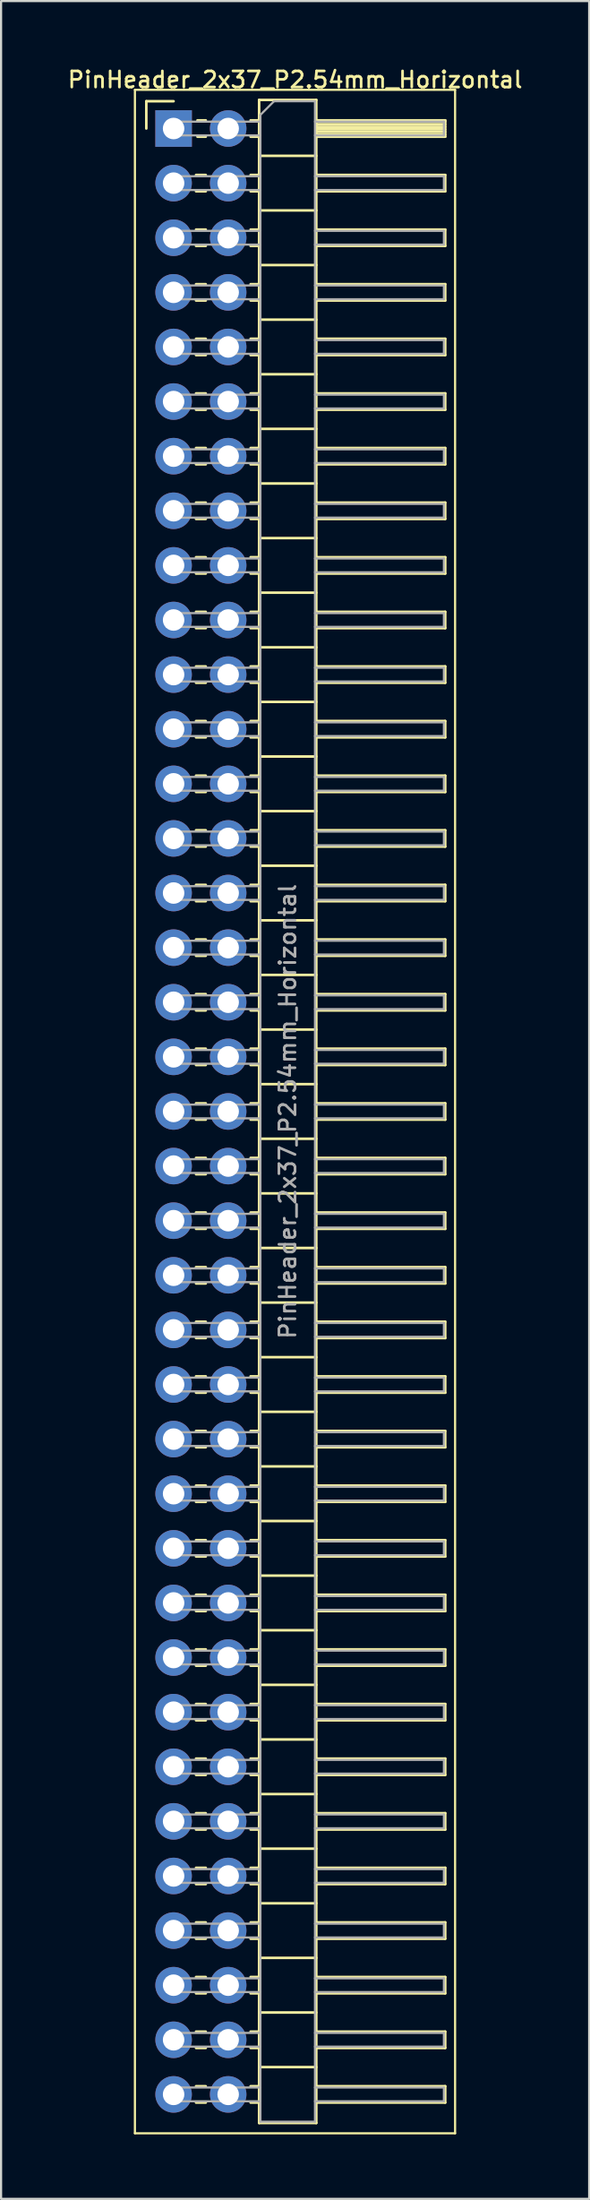
<source format=kicad_pcb>
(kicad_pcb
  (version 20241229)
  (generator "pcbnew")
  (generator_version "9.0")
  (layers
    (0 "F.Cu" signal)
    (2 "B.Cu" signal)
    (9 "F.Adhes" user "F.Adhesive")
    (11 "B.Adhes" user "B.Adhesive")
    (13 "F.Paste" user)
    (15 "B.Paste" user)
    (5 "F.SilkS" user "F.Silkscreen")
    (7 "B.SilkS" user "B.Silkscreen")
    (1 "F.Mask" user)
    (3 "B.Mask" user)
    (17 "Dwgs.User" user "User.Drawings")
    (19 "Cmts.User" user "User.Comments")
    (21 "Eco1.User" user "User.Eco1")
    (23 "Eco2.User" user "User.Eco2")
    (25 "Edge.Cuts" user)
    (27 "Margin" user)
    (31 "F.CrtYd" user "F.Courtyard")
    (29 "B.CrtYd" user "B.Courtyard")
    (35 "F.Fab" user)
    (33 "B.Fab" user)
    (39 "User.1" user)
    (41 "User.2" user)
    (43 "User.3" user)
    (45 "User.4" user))
  (footprint "PinHeader_2x37_P2.54mm_Horizontal"
    (layer "F.Cu")
    (at 5.029 2.928)
    (property "Reference" "PinHeader_2x37_P2.54mm_Horizontal" (at 5.655 -2.27 0) (layer "F.SilkS") (effects (font (size 0.75 0.75) (thickness 0.125))))
    (attr through_hole)
    (fp_line (start -1.8 -1.8) (end -1.8 93.25) (stroke (width 0.1) (type solid)) (layer "F.SilkS"))
    (fp_line (start -1.8 93.25) (end 13.1 93.25) (stroke (width 0.1) (type solid)) (layer "F.SilkS"))
    (fp_line (start -1.27 -1.27) (end 0 -1.27) (stroke (width 0.12) (type solid)) (layer "F.SilkS"))
    (fp_line (start -1.27 0) (end -1.27 -1.27) (stroke (width 0.12) (type solid)) (layer "F.SilkS"))
    (fp_line (start 1.043 2.16) (end 1.497 2.16) (stroke (width 0.12) (type solid)) (layer "F.SilkS"))
    (fp_line (start 1.043 2.92) (end 1.497 2.92) (stroke (width 0.12) (type solid)) (layer "F.SilkS"))
    (fp_line (start 1.043 4.7) (end 1.497 4.7) (stroke (width 0.12) (type solid)) (layer "F.SilkS"))
    (fp_line (start 1.043 5.46) (end 1.497 5.46) (stroke (width 0.12) (type solid)) (layer "F.SilkS"))
    (fp_line (start 1.043 7.24) (end 1.497 7.24) (stroke (width 0.12) (type solid)) (layer "F.SilkS"))
    (fp_line (start 1.043 8) (end 1.497 8) (stroke (width 0.12) (type solid)) (layer "F.SilkS"))
    (fp_line (start 1.043 9.78) (end 1.497 9.78) (stroke (width 0.12) (type solid)) (layer "F.SilkS"))
    (fp_line (start 1.043 10.54) (end 1.497 10.54) (stroke (width 0.12) (type solid)) (layer "F.SilkS"))
    (fp_line (start 1.043 12.32) (end 1.497 12.32) (stroke (width 0.12) (type solid)) (layer "F.SilkS"))
    (fp_line (start 1.043 13.08) (end 1.497 13.08) (stroke (width 0.12) (type solid)) (layer "F.SilkS"))
    (fp_line (start 1.043 14.86) (end 1.497 14.86) (stroke (width 0.12) (type solid)) (layer "F.SilkS"))
    (fp_line (start 1.043 15.62) (end 1.497 15.62) (stroke (width 0.12) (type solid)) (layer "F.SilkS"))
    (fp_line (start 1.043 17.4) (end 1.497 17.4) (stroke (width 0.12) (type solid)) (layer "F.SilkS"))
    (fp_line (start 1.043 18.16) (end 1.497 18.16) (stroke (width 0.12) (type solid)) (layer "F.SilkS"))
    (fp_line (start 1.043 19.94) (end 1.497 19.94) (stroke (width 0.12) (type solid)) (layer "F.SilkS"))
    (fp_line (start 1.043 20.7) (end 1.497 20.7) (stroke (width 0.12) (type solid)) (layer "F.SilkS"))
    (fp_line (start 1.043 22.48) (end 1.497 22.48) (stroke (width 0.12) (type solid)) (layer "F.SilkS"))
    (fp_line (start 1.043 23.24) (end 1.497 23.24) (stroke (width 0.12) (type solid)) (layer "F.SilkS"))
    (fp_line (start 1.043 25.02) (end 1.497 25.02) (stroke (width 0.12) (type solid)) (layer "F.SilkS"))
    (fp_line (start 1.043 25.78) (end 1.497 25.78) (stroke (width 0.12) (type solid)) (layer "F.SilkS"))
    (fp_line (start 1.043 27.56) (end 1.497 27.56) (stroke (width 0.12) (type solid)) (layer "F.SilkS"))
    (fp_line (start 1.043 28.32) (end 1.497 28.32) (stroke (width 0.12) (type solid)) (layer "F.SilkS"))
    (fp_line (start 1.043 30.1) (end 1.497 30.1) (stroke (width 0.12) (type solid)) (layer "F.SilkS"))
    (fp_line (start 1.043 30.86) (end 1.497 30.86) (stroke (width 0.12) (type solid)) (layer "F.SilkS"))
    (fp_line (start 1.043 32.64) (end 1.497 32.64) (stroke (width 0.12) (type solid)) (layer "F.SilkS"))
    (fp_line (start 1.043 33.4) (end 1.497 33.4) (stroke (width 0.12) (type solid)) (layer "F.SilkS"))
    (fp_line (start 1.043 35.18) (end 1.497 35.18) (stroke (width 0.12) (type solid)) (layer "F.SilkS"))
    (fp_line (start 1.043 35.94) (end 1.497 35.94) (stroke (width 0.12) (type solid)) (layer "F.SilkS"))
    (fp_line (start 1.043 37.72) (end 1.497 37.72) (stroke (width 0.12) (type solid)) (layer "F.SilkS"))
    (fp_line (start 1.043 38.48) (end 1.497 38.48) (stroke (width 0.12) (type solid)) (layer "F.SilkS"))
    (fp_line (start 1.043 40.26) (end 1.497 40.26) (stroke (width 0.12) (type solid)) (layer "F.SilkS"))
    (fp_line (start 1.043 41.02) (end 1.497 41.02) (stroke (width 0.12) (type solid)) (layer "F.SilkS"))
    (fp_line (start 1.043 42.8) (end 1.497 42.8) (stroke (width 0.12) (type solid)) (layer "F.SilkS"))
    (fp_line (start 1.043 43.56) (end 1.497 43.56) (stroke (width 0.12) (type solid)) (layer "F.SilkS"))
    (fp_line (start 1.043 45.34) (end 1.497 45.34) (stroke (width 0.12) (type solid)) (layer "F.SilkS"))
    (fp_line (start 1.043 46.1) (end 1.497 46.1) (stroke (width 0.12) (type solid)) (layer "F.SilkS"))
    (fp_line (start 1.043 47.88) (end 1.497 47.88) (stroke (width 0.12) (type solid)) (layer "F.SilkS"))
    (fp_line (start 1.043 48.64) (end 1.497 48.64) (stroke (width 0.12) (type solid)) (layer "F.SilkS"))
    (fp_line (start 1.043 50.42) (end 1.497 50.42) (stroke (width 0.12) (type solid)) (layer "F.SilkS"))
    (fp_line (start 1.043 51.18) (end 1.497 51.18) (stroke (width 0.12) (type solid)) (layer "F.SilkS"))
    (fp_line (start 1.043 52.96) (end 1.497 52.96) (stroke (width 0.12) (type solid)) (layer "F.SilkS"))
    (fp_line (start 1.043 53.72) (end 1.497 53.72) (stroke (width 0.12) (type solid)) (layer "F.SilkS"))
    (fp_line (start 1.043 55.5) (end 1.497 55.5) (stroke (width 0.12) (type solid)) (layer "F.SilkS"))
    (fp_line (start 1.043 56.26) (end 1.497 56.26) (stroke (width 0.12) (type solid)) (layer "F.SilkS"))
    (fp_line (start 1.043 58.04) (end 1.497 58.04) (stroke (width 0.12) (type solid)) (layer "F.SilkS"))
    (fp_line (start 1.043 58.8) (end 1.497 58.8) (stroke (width 0.12) (type solid)) (layer "F.SilkS"))
    (fp_line (start 1.043 60.58) (end 1.497 60.58) (stroke (width 0.12) (type solid)) (layer "F.SilkS"))
    (fp_line (start 1.043 61.34) (end 1.497 61.34) (stroke (width 0.12) (type solid)) (layer "F.SilkS"))
    (fp_line (start 1.043 63.12) (end 1.497 63.12) (stroke (width 0.12) (type solid)) (layer "F.SilkS"))
    (fp_line (start 1.043 63.88) (end 1.497 63.88) (stroke (width 0.12) (type solid)) (layer "F.SilkS"))
    (fp_line (start 1.043 65.66) (end 1.497 65.66) (stroke (width 0.12) (type solid)) (layer "F.SilkS"))
    (fp_line (start 1.043 66.42) (end 1.497 66.42) (stroke (width 0.12) (type solid)) (layer "F.SilkS"))
    (fp_line (start 1.043 68.2) (end 1.497 68.2) (stroke (width 0.12) (type solid)) (layer "F.SilkS"))
    (fp_line (start 1.043 68.96) (end 1.497 68.96) (stroke (width 0.12) (type solid)) (layer "F.SilkS"))
    (fp_line (start 1.043 70.74) (end 1.497 70.74) (stroke (width 0.12) (type solid)) (layer "F.SilkS"))
    (fp_line (start 1.043 71.5) (end 1.497 71.5) (stroke (width 0.12) (type solid)) (layer "F.SilkS"))
    (fp_line (start 1.043 73.28) (end 1.497 73.28) (stroke (width 0.12) (type solid)) (layer "F.SilkS"))
    (fp_line (start 1.043 74.04) (end 1.497 74.04) (stroke (width 0.12) (type solid)) (layer "F.SilkS"))
    (fp_line (start 1.043 75.82) (end 1.497 75.82) (stroke (width 0.12) (type solid)) (layer "F.SilkS"))
    (fp_line (start 1.043 76.58) (end 1.497 76.58) (stroke (width 0.12) (type solid)) (layer "F.SilkS"))
    (fp_line (start 1.043 78.36) (end 1.497 78.36) (stroke (width 0.12) (type solid)) (layer "F.SilkS"))
    (fp_line (start 1.043 79.12) (end 1.497 79.12) (stroke (width 0.12) (type solid)) (layer "F.SilkS"))
    (fp_line (start 1.043 80.9) (end 1.497 80.9) (stroke (width 0.12) (type solid)) (layer "F.SilkS"))
    (fp_line (start 1.043 81.66) (end 1.497 81.66) (stroke (width 0.12) (type solid)) (layer "F.SilkS"))
    (fp_line (start 1.043 83.44) (end 1.497 83.44) (stroke (width 0.12) (type solid)) (layer "F.SilkS"))
    (fp_line (start 1.043 84.2) (end 1.497 84.2) (stroke (width 0.12) (type solid)) (layer "F.SilkS"))
    (fp_line (start 1.043 85.98) (end 1.497 85.98) (stroke (width 0.12) (type solid)) (layer "F.SilkS"))
    (fp_line (start 1.043 86.74) (end 1.497 86.74) (stroke (width 0.12) (type solid)) (layer "F.SilkS"))
    (fp_line (start 1.043 88.52) (end 1.497 88.52) (stroke (width 0.12) (type solid)) (layer "F.SilkS"))
    (fp_line (start 1.043 89.28) (end 1.497 89.28) (stroke (width 0.12) (type solid)) (layer "F.SilkS"))
    (fp_line (start 1.043 91.06) (end 1.497 91.06) (stroke (width 0.12) (type solid)) (layer "F.SilkS"))
    (fp_line (start 1.043 91.82) (end 1.497 91.82) (stroke (width 0.12) (type solid)) (layer "F.SilkS"))
    (fp_line (start 1.11 -0.38) (end 1.497 -0.38) (stroke (width 0.12) (type solid)) (layer "F.SilkS"))
    (fp_line (start 1.11 0.38) (end 1.497 0.38) (stroke (width 0.12) (type solid)) (layer "F.SilkS"))
    (fp_line (start 3.583 -0.38) (end 3.98 -0.38) (stroke (width 0.12) (type solid)) (layer "F.SilkS"))
    (fp_line (start 3.583 0.38) (end 3.98 0.38) (stroke (width 0.12) (type solid)) (layer "F.SilkS"))
    (fp_line (start 3.583 2.16) (end 3.98 2.16) (stroke (width 0.12) (type solid)) (layer "F.SilkS"))
    (fp_line (start 3.583 2.92) (end 3.98 2.92) (stroke (width 0.12) (type solid)) (layer "F.SilkS"))
    (fp_line (start 3.583 4.7) (end 3.98 4.7) (stroke (width 0.12) (type solid)) (layer "F.SilkS"))
    (fp_line (start 3.583 5.46) (end 3.98 5.46) (stroke (width 0.12) (type solid)) (layer "F.SilkS"))
    (fp_line (start 3.583 7.24) (end 3.98 7.24) (stroke (width 0.12) (type solid)) (layer "F.SilkS"))
    (fp_line (start 3.583 8) (end 3.98 8) (stroke (width 0.12) (type solid)) (layer "F.SilkS"))
    (fp_line (start 3.583 9.78) (end 3.98 9.78) (stroke (width 0.12) (type solid)) (layer "F.SilkS"))
    (fp_line (start 3.583 10.54) (end 3.98 10.54) (stroke (width 0.12) (type solid)) (layer "F.SilkS"))
    (fp_line (start 3.583 12.32) (end 3.98 12.32) (stroke (width 0.12) (type solid)) (layer "F.SilkS"))
    (fp_line (start 3.583 13.08) (end 3.98 13.08) (stroke (width 0.12) (type solid)) (layer "F.SilkS"))
    (fp_line (start 3.583 14.86) (end 3.98 14.86) (stroke (width 0.12) (type solid)) (layer "F.SilkS"))
    (fp_line (start 3.583 15.62) (end 3.98 15.62) (stroke (width 0.12) (type solid)) (layer "F.SilkS"))
    (fp_line (start 3.583 17.4) (end 3.98 17.4) (stroke (width 0.12) (type solid)) (layer "F.SilkS"))
    (fp_line (start 3.583 18.16) (end 3.98 18.16) (stroke (width 0.12) (type solid)) (layer "F.SilkS"))
    (fp_line (start 3.583 19.94) (end 3.98 19.94) (stroke (width 0.12) (type solid)) (layer "F.SilkS"))
    (fp_line (start 3.583 20.7) (end 3.98 20.7) (stroke (width 0.12) (type solid)) (layer "F.SilkS"))
    (fp_line (start 3.583 22.48) (end 3.98 22.48) (stroke (width 0.12) (type solid)) (layer "F.SilkS"))
    (fp_line (start 3.583 23.24) (end 3.98 23.24) (stroke (width 0.12) (type solid)) (layer "F.SilkS"))
    (fp_line (start 3.583 25.02) (end 3.98 25.02) (stroke (width 0.12) (type solid)) (layer "F.SilkS"))
    (fp_line (start 3.583 25.78) (end 3.98 25.78) (stroke (width 0.12) (type solid)) (layer "F.SilkS"))
    (fp_line (start 3.583 27.56) (end 3.98 27.56) (stroke (width 0.12) (type solid)) (layer "F.SilkS"))
    (fp_line (start 3.583 28.32) (end 3.98 28.32) (stroke (width 0.12) (type solid)) (layer "F.SilkS"))
    (fp_line (start 3.583 30.1) (end 3.98 30.1) (stroke (width 0.12) (type solid)) (layer "F.SilkS"))
    (fp_line (start 3.583 30.86) (end 3.98 30.86) (stroke (width 0.12) (type solid)) (layer "F.SilkS"))
    (fp_line (start 3.583 32.64) (end 3.98 32.64) (stroke (width 0.12) (type solid)) (layer "F.SilkS"))
    (fp_line (start 3.583 33.4) (end 3.98 33.4) (stroke (width 0.12) (type solid)) (layer "F.SilkS"))
    (fp_line (start 3.583 35.18) (end 3.98 35.18) (stroke (width 0.12) (type solid)) (layer "F.SilkS"))
    (fp_line (start 3.583 35.94) (end 3.98 35.94) (stroke (width 0.12) (type solid)) (layer "F.SilkS"))
    (fp_line (start 3.583 37.72) (end 3.98 37.72) (stroke (width 0.12) (type solid)) (layer "F.SilkS"))
    (fp_line (start 3.583 38.48) (end 3.98 38.48) (stroke (width 0.12) (type solid)) (layer "F.SilkS"))
    (fp_line (start 3.583 40.26) (end 3.98 40.26) (stroke (width 0.12) (type solid)) (layer "F.SilkS"))
    (fp_line (start 3.583 41.02) (end 3.98 41.02) (stroke (width 0.12) (type solid)) (layer "F.SilkS"))
    (fp_line (start 3.583 42.8) (end 3.98 42.8) (stroke (width 0.12) (type solid)) (layer "F.SilkS"))
    (fp_line (start 3.583 43.56) (end 3.98 43.56) (stroke (width 0.12) (type solid)) (layer "F.SilkS"))
    (fp_line (start 3.583 45.34) (end 3.98 45.34) (stroke (width 0.12) (type solid)) (layer "F.SilkS"))
    (fp_line (start 3.583 46.1) (end 3.98 46.1) (stroke (width 0.12) (type solid)) (layer "F.SilkS"))
    (fp_line (start 3.583 47.88) (end 3.98 47.88) (stroke (width 0.12) (type solid)) (layer "F.SilkS"))
    (fp_line (start 3.583 48.64) (end 3.98 48.64) (stroke (width 0.12) (type solid)) (layer "F.SilkS"))
    (fp_line (start 3.583 50.42) (end 3.98 50.42) (stroke (width 0.12) (type solid)) (layer "F.SilkS"))
    (fp_line (start 3.583 51.18) (end 3.98 51.18) (stroke (width 0.12) (type solid)) (layer "F.SilkS"))
    (fp_line (start 3.583 52.96) (end 3.98 52.96) (stroke (width 0.12) (type solid)) (layer "F.SilkS"))
    (fp_line (start 3.583 53.72) (end 3.98 53.72) (stroke (width 0.12) (type solid)) (layer "F.SilkS"))
    (fp_line (start 3.583 55.5) (end 3.98 55.5) (stroke (width 0.12) (type solid)) (layer "F.SilkS"))
    (fp_line (start 3.583 56.26) (end 3.98 56.26) (stroke (width 0.12) (type solid)) (layer "F.SilkS"))
    (fp_line (start 3.583 58.04) (end 3.98 58.04) (stroke (width 0.12) (type solid)) (layer "F.SilkS"))
    (fp_line (start 3.583 58.8) (end 3.98 58.8) (stroke (width 0.12) (type solid)) (layer "F.SilkS"))
    (fp_line (start 3.583 60.58) (end 3.98 60.58) (stroke (width 0.12) (type solid)) (layer "F.SilkS"))
    (fp_line (start 3.583 61.34) (end 3.98 61.34) (stroke (width 0.12) (type solid)) (layer "F.SilkS"))
    (fp_line (start 3.583 63.12) (end 3.98 63.12) (stroke (width 0.12) (type solid)) (layer "F.SilkS"))
    (fp_line (start 3.583 63.88) (end 3.98 63.88) (stroke (width 0.12) (type solid)) (layer "F.SilkS"))
    (fp_line (start 3.583 65.66) (end 3.98 65.66) (stroke (width 0.12) (type solid)) (layer "F.SilkS"))
    (fp_line (start 3.583 66.42) (end 3.98 66.42) (stroke (width 0.12) (type solid)) (layer "F.SilkS"))
    (fp_line (start 3.583 68.2) (end 3.98 68.2) (stroke (width 0.12) (type solid)) (layer "F.SilkS"))
    (fp_line (start 3.583 68.96) (end 3.98 68.96) (stroke (width 0.12) (type solid)) (layer "F.SilkS"))
    (fp_line (start 3.583 70.74) (end 3.98 70.74) (stroke (width 0.12) (type solid)) (layer "F.SilkS"))
    (fp_line (start 3.583 71.5) (end 3.98 71.5) (stroke (width 0.12) (type solid)) (layer "F.SilkS"))
    (fp_line (start 3.583 73.28) (end 3.98 73.28) (stroke (width 0.12) (type solid)) (layer "F.SilkS"))
    (fp_line (start 3.583 74.04) (end 3.98 74.04) (stroke (width 0.12) (type solid)) (layer "F.SilkS"))
    (fp_line (start 3.583 75.82) (end 3.98 75.82) (stroke (width 0.12) (type solid)) (layer "F.SilkS"))
    (fp_line (start 3.583 76.58) (end 3.98 76.58) (stroke (width 0.12) (type solid)) (layer "F.SilkS"))
    (fp_line (start 3.583 78.36) (end 3.98 78.36) (stroke (width 0.12) (type solid)) (layer "F.SilkS"))
    (fp_line (start 3.583 79.12) (end 3.98 79.12) (stroke (width 0.12) (type solid)) (layer "F.SilkS"))
    (fp_line (start 3.583 80.9) (end 3.98 80.9) (stroke (width 0.12) (type solid)) (layer "F.SilkS"))
    (fp_line (start 3.583 81.66) (end 3.98 81.66) (stroke (width 0.12) (type solid)) (layer "F.SilkS"))
    (fp_line (start 3.583 83.44) (end 3.98 83.44) (stroke (width 0.12) (type solid)) (layer "F.SilkS"))
    (fp_line (start 3.583 84.2) (end 3.98 84.2) (stroke (width 0.12) (type solid)) (layer "F.SilkS"))
    (fp_line (start 3.583 85.98) (end 3.98 85.98) (stroke (width 0.12) (type solid)) (layer "F.SilkS"))
    (fp_line (start 3.583 86.74) (end 3.98 86.74) (stroke (width 0.12) (type solid)) (layer "F.SilkS"))
    (fp_line (start 3.583 88.52) (end 3.98 88.52) (stroke (width 0.12) (type solid)) (layer "F.SilkS"))
    (fp_line (start 3.583 89.28) (end 3.98 89.28) (stroke (width 0.12) (type solid)) (layer "F.SilkS"))
    (fp_line (start 3.583 91.06) (end 3.98 91.06) (stroke (width 0.12) (type solid)) (layer "F.SilkS"))
    (fp_line (start 3.583 91.82) (end 3.98 91.82) (stroke (width 0.12) (type solid)) (layer "F.SilkS"))
    (fp_line (start 3.98 -1.33) (end 3.98 92.77) (stroke (width 0.12) (type solid)) (layer "F.SilkS"))
    (fp_line (start 3.98 1.27) (end 6.64 1.27) (stroke (width 0.12) (type solid)) (layer "F.SilkS"))
    (fp_line (start 3.98 3.81) (end 6.64 3.81) (stroke (width 0.12) (type solid)) (layer "F.SilkS"))
    (fp_line (start 3.98 6.35) (end 6.64 6.35) (stroke (width 0.12) (type solid)) (layer "F.SilkS"))
    (fp_line (start 3.98 8.89) (end 6.64 8.89) (stroke (width 0.12) (type solid)) (layer "F.SilkS"))
    (fp_line (start 3.98 11.43) (end 6.64 11.43) (stroke (width 0.12) (type solid)) (layer "F.SilkS"))
    (fp_line (start 3.98 13.97) (end 6.64 13.97) (stroke (width 0.12) (type solid)) (layer "F.SilkS"))
    (fp_line (start 3.98 16.51) (end 6.64 16.51) (stroke (width 0.12) (type solid)) (layer "F.SilkS"))
    (fp_line (start 3.98 19.05) (end 6.64 19.05) (stroke (width 0.12) (type solid)) (layer "F.SilkS"))
    (fp_line (start 3.98 21.59) (end 6.64 21.59) (stroke (width 0.12) (type solid)) (layer "F.SilkS"))
    (fp_line (start 3.98 24.13) (end 6.64 24.13) (stroke (width 0.12) (type solid)) (layer "F.SilkS"))
    (fp_line (start 3.98 26.67) (end 6.64 26.67) (stroke (width 0.12) (type solid)) (layer "F.SilkS"))
    (fp_line (start 3.98 29.21) (end 6.64 29.21) (stroke (width 0.12) (type solid)) (layer "F.SilkS"))
    (fp_line (start 3.98 31.75) (end 6.64 31.75) (stroke (width 0.12) (type solid)) (layer "F.SilkS"))
    (fp_line (start 3.98 34.29) (end 6.64 34.29) (stroke (width 0.12) (type solid)) (layer "F.SilkS"))
    (fp_line (start 3.98 36.83) (end 6.64 36.83) (stroke (width 0.12) (type solid)) (layer "F.SilkS"))
    (fp_line (start 3.98 39.37) (end 6.64 39.37) (stroke (width 0.12) (type solid)) (layer "F.SilkS"))
    (fp_line (start 3.98 41.91) (end 6.64 41.91) (stroke (width 0.12) (type solid)) (layer "F.SilkS"))
    (fp_line (start 3.98 44.45) (end 6.64 44.45) (stroke (width 0.12) (type solid)) (layer "F.SilkS"))
    (fp_line (start 3.98 46.99) (end 6.64 46.99) (stroke (width 0.12) (type solid)) (layer "F.SilkS"))
    (fp_line (start 3.98 49.53) (end 6.64 49.53) (stroke (width 0.12) (type solid)) (layer "F.SilkS"))
    (fp_line (start 3.98 52.07) (end 6.64 52.07) (stroke (width 0.12) (type solid)) (layer "F.SilkS"))
    (fp_line (start 3.98 54.61) (end 6.64 54.61) (stroke (width 0.12) (type solid)) (layer "F.SilkS"))
    (fp_line (start 3.98 57.15) (end 6.64 57.15) (stroke (width 0.12) (type solid)) (layer "F.SilkS"))
    (fp_line (start 3.98 59.69) (end 6.64 59.69) (stroke (width 0.12) (type solid)) (layer "F.SilkS"))
    (fp_line (start 3.98 62.23) (end 6.64 62.23) (stroke (width 0.12) (type solid)) (layer "F.SilkS"))
    (fp_line (start 3.98 64.77) (end 6.64 64.77) (stroke (width 0.12) (type solid)) (layer "F.SilkS"))
    (fp_line (start 3.98 67.31) (end 6.64 67.31) (stroke (width 0.12) (type solid)) (layer "F.SilkS"))
    (fp_line (start 3.98 69.85) (end 6.64 69.85) (stroke (width 0.12) (type solid)) (layer "F.SilkS"))
    (fp_line (start 3.98 72.39) (end 6.64 72.39) (stroke (width 0.12) (type solid)) (layer "F.SilkS"))
    (fp_line (start 3.98 74.93) (end 6.64 74.93) (stroke (width 0.12) (type solid)) (layer "F.SilkS"))
    (fp_line (start 3.98 77.47) (end 6.64 77.47) (stroke (width 0.12) (type solid)) (layer "F.SilkS"))
    (fp_line (start 3.98 80.01) (end 6.64 80.01) (stroke (width 0.12) (type solid)) (layer "F.SilkS"))
    (fp_line (start 3.98 82.55) (end 6.64 82.55) (stroke (width 0.12) (type solid)) (layer "F.SilkS"))
    (fp_line (start 3.98 85.09) (end 6.64 85.09) (stroke (width 0.12) (type solid)) (layer "F.SilkS"))
    (fp_line (start 3.98 87.63) (end 6.64 87.63) (stroke (width 0.12) (type solid)) (layer "F.SilkS"))
    (fp_line (start 3.98 90.17) (end 6.64 90.17) (stroke (width 0.12) (type solid)) (layer "F.SilkS"))
    (fp_line (start 3.98 92.77) (end 6.64 92.77) (stroke (width 0.12) (type solid)) (layer "F.SilkS"))
    (fp_line (start 6.64 -1.33) (end 3.98 -1.33) (stroke (width 0.12) (type solid)) (layer "F.SilkS"))
    (fp_line (start 6.64 -0.38) (end 12.64 -0.38) (stroke (width 0.12) (type solid)) (layer "F.SilkS"))
    (fp_line (start 6.64 -0.32) (end 12.64 -0.32) (stroke (width 0.12) (type solid)) (layer "F.SilkS"))
    (fp_line (start 6.64 -0.2) (end 12.64 -0.2) (stroke (width 0.12) (type solid)) (layer "F.SilkS"))
    (fp_line (start 6.64 -0.08) (end 12.64 -0.08) (stroke (width 0.12) (type solid)) (layer "F.SilkS"))
    (fp_line (start 6.64 0.04) (end 12.64 0.04) (stroke (width 0.12) (type solid)) (layer "F.SilkS"))
    (fp_line (start 6.64 0.16) (end 12.64 0.16) (stroke (width 0.12) (type solid)) (layer "F.SilkS"))
    (fp_line (start 6.64 0.28) (end 12.64 0.28) (stroke (width 0.12) (type solid)) (layer "F.SilkS"))
    (fp_line (start 6.64 2.16) (end 12.64 2.16) (stroke (width 0.12) (type solid)) (layer "F.SilkS"))
    (fp_line (start 6.64 4.7) (end 12.64 4.7) (stroke (width 0.12) (type solid)) (layer "F.SilkS"))
    (fp_line (start 6.64 7.24) (end 12.64 7.24) (stroke (width 0.12) (type solid)) (layer "F.SilkS"))
    (fp_line (start 6.64 9.78) (end 12.64 9.78) (stroke (width 0.12) (type solid)) (layer "F.SilkS"))
    (fp_line (start 6.64 12.32) (end 12.64 12.32) (stroke (width 0.12) (type solid)) (layer "F.SilkS"))
    (fp_line (start 6.64 14.86) (end 12.64 14.86) (stroke (width 0.12) (type solid)) (layer "F.SilkS"))
    (fp_line (start 6.64 17.4) (end 12.64 17.4) (stroke (width 0.12) (type solid)) (layer "F.SilkS"))
    (fp_line (start 6.64 19.94) (end 12.64 19.94) (stroke (width 0.12) (type solid)) (layer "F.SilkS"))
    (fp_line (start 6.64 22.48) (end 12.64 22.48) (stroke (width 0.12) (type solid)) (layer "F.SilkS"))
    (fp_line (start 6.64 25.02) (end 12.64 25.02) (stroke (width 0.12) (type solid)) (layer "F.SilkS"))
    (fp_line (start 6.64 27.56) (end 12.64 27.56) (stroke (width 0.12) (type solid)) (layer "F.SilkS"))
    (fp_line (start 6.64 30.1) (end 12.64 30.1) (stroke (width 0.12) (type solid)) (layer "F.SilkS"))
    (fp_line (start 6.64 32.64) (end 12.64 32.64) (stroke (width 0.12) (type solid)) (layer "F.SilkS"))
    (fp_line (start 6.64 35.18) (end 12.64 35.18) (stroke (width 0.12) (type solid)) (layer "F.SilkS"))
    (fp_line (start 6.64 37.72) (end 12.64 37.72) (stroke (width 0.12) (type solid)) (layer "F.SilkS"))
    (fp_line (start 6.64 40.26) (end 12.64 40.26) (stroke (width 0.12) (type solid)) (layer "F.SilkS"))
    (fp_line (start 6.64 42.8) (end 12.64 42.8) (stroke (width 0.12) (type solid)) (layer "F.SilkS"))
    (fp_line (start 6.64 45.34) (end 12.64 45.34) (stroke (width 0.12) (type solid)) (layer "F.SilkS"))
    (fp_line (start 6.64 47.88) (end 12.64 47.88) (stroke (width 0.12) (type solid)) (layer "F.SilkS"))
    (fp_line (start 6.64 50.42) (end 12.64 50.42) (stroke (width 0.12) (type solid)) (layer "F.SilkS"))
    (fp_line (start 6.64 52.96) (end 12.64 52.96) (stroke (width 0.12) (type solid)) (layer "F.SilkS"))
    (fp_line (start 6.64 55.5) (end 12.64 55.5) (stroke (width 0.12) (type solid)) (layer "F.SilkS"))
    (fp_line (start 6.64 58.04) (end 12.64 58.04) (stroke (width 0.12) (type solid)) (layer "F.SilkS"))
    (fp_line (start 6.64 60.58) (end 12.64 60.58) (stroke (width 0.12) (type solid)) (layer "F.SilkS"))
    (fp_line (start 6.64 63.12) (end 12.64 63.12) (stroke (width 0.12) (type solid)) (layer "F.SilkS"))
    (fp_line (start 6.64 65.66) (end 12.64 65.66) (stroke (width 0.12) (type solid)) (layer "F.SilkS"))
    (fp_line (start 6.64 68.2) (end 12.64 68.2) (stroke (width 0.12) (type solid)) (layer "F.SilkS"))
    (fp_line (start 6.64 70.74) (end 12.64 70.74) (stroke (width 0.12) (type solid)) (layer "F.SilkS"))
    (fp_line (start 6.64 73.28) (end 12.64 73.28) (stroke (width 0.12) (type solid)) (layer "F.SilkS"))
    (fp_line (start 6.64 75.82) (end 12.64 75.82) (stroke (width 0.12) (type solid)) (layer "F.SilkS"))
    (fp_line (start 6.64 78.36) (end 12.64 78.36) (stroke (width 0.12) (type solid)) (layer "F.SilkS"))
    (fp_line (start 6.64 80.9) (end 12.64 80.9) (stroke (width 0.12) (type solid)) (layer "F.SilkS"))
    (fp_line (start 6.64 83.44) (end 12.64 83.44) (stroke (width 0.12) (type solid)) (layer "F.SilkS"))
    (fp_line (start 6.64 85.98) (end 12.64 85.98) (stroke (width 0.12) (type solid)) (layer "F.SilkS"))
    (fp_line (start 6.64 88.52) (end 12.64 88.52) (stroke (width 0.12) (type solid)) (layer "F.SilkS"))
    (fp_line (start 6.64 91.06) (end 12.64 91.06) (stroke (width 0.12) (type solid)) (layer "F.SilkS"))
    (fp_line (start 6.64 92.77) (end 6.64 -1.33) (stroke (width 0.12) (type solid)) (layer "F.SilkS"))
    (fp_line (start 12.64 -0.38) (end 12.64 0.38) (stroke (width 0.12) (type solid)) (layer "F.SilkS"))
    (fp_line (start 12.64 0.38) (end 6.64 0.38) (stroke (width 0.12) (type solid)) (layer "F.SilkS"))
    (fp_line (start 12.64 2.16) (end 12.64 2.92) (stroke (width 0.12) (type solid)) (layer "F.SilkS"))
    (fp_line (start 12.64 2.92) (end 6.64 2.92) (stroke (width 0.12) (type solid)) (layer "F.SilkS"))
    (fp_line (start 12.64 4.7) (end 12.64 5.46) (stroke (width 0.12) (type solid)) (layer "F.SilkS"))
    (fp_line (start 12.64 5.46) (end 6.64 5.46) (stroke (width 0.12) (type solid)) (layer "F.SilkS"))
    (fp_line (start 12.64 7.24) (end 12.64 8) (stroke (width 0.12) (type solid)) (layer "F.SilkS"))
    (fp_line (start 12.64 8) (end 6.64 8) (stroke (width 0.12) (type solid)) (layer "F.SilkS"))
    (fp_line (start 12.64 9.78) (end 12.64 10.54) (stroke (width 0.12) (type solid)) (layer "F.SilkS"))
    (fp_line (start 12.64 10.54) (end 6.64 10.54) (stroke (width 0.12) (type solid)) (layer "F.SilkS"))
    (fp_line (start 12.64 12.32) (end 12.64 13.08) (stroke (width 0.12) (type solid)) (layer "F.SilkS"))
    (fp_line (start 12.64 13.08) (end 6.64 13.08) (stroke (width 0.12) (type solid)) (layer "F.SilkS"))
    (fp_line (start 12.64 14.86) (end 12.64 15.62) (stroke (width 0.12) (type solid)) (layer "F.SilkS"))
    (fp_line (start 12.64 15.62) (end 6.64 15.62) (stroke (width 0.12) (type solid)) (layer "F.SilkS"))
    (fp_line (start 12.64 17.4) (end 12.64 18.16) (stroke (width 0.12) (type solid)) (layer "F.SilkS"))
    (fp_line (start 12.64 18.16) (end 6.64 18.16) (stroke (width 0.12) (type solid)) (layer "F.SilkS"))
    (fp_line (start 12.64 19.94) (end 12.64 20.7) (stroke (width 0.12) (type solid)) (layer "F.SilkS"))
    (fp_line (start 12.64 20.7) (end 6.64 20.7) (stroke (width 0.12) (type solid)) (layer "F.SilkS"))
    (fp_line (start 12.64 22.48) (end 12.64 23.24) (stroke (width 0.12) (type solid)) (layer "F.SilkS"))
    (fp_line (start 12.64 23.24) (end 6.64 23.24) (stroke (width 0.12) (type solid)) (layer "F.SilkS"))
    (fp_line (start 12.64 25.02) (end 12.64 25.78) (stroke (width 0.12) (type solid)) (layer "F.SilkS"))
    (fp_line (start 12.64 25.78) (end 6.64 25.78) (stroke (width 0.12) (type solid)) (layer "F.SilkS"))
    (fp_line (start 12.64 27.56) (end 12.64 28.32) (stroke (width 0.12) (type solid)) (layer "F.SilkS"))
    (fp_line (start 12.64 28.32) (end 6.64 28.32) (stroke (width 0.12) (type solid)) (layer "F.SilkS"))
    (fp_line (start 12.64 30.1) (end 12.64 30.86) (stroke (width 0.12) (type solid)) (layer "F.SilkS"))
    (fp_line (start 12.64 30.86) (end 6.64 30.86) (stroke (width 0.12) (type solid)) (layer "F.SilkS"))
    (fp_line (start 12.64 32.64) (end 12.64 33.4) (stroke (width 0.12) (type solid)) (layer "F.SilkS"))
    (fp_line (start 12.64 33.4) (end 6.64 33.4) (stroke (width 0.12) (type solid)) (layer "F.SilkS"))
    (fp_line (start 12.64 35.18) (end 12.64 35.94) (stroke (width 0.12) (type solid)) (layer "F.SilkS"))
    (fp_line (start 12.64 35.94) (end 6.64 35.94) (stroke (width 0.12) (type solid)) (layer "F.SilkS"))
    (fp_line (start 12.64 37.72) (end 12.64 38.48) (stroke (width 0.12) (type solid)) (layer "F.SilkS"))
    (fp_line (start 12.64 38.48) (end 6.64 38.48) (stroke (width 0.12) (type solid)) (layer "F.SilkS"))
    (fp_line (start 12.64 40.26) (end 12.64 41.02) (stroke (width 0.12) (type solid)) (layer "F.SilkS"))
    (fp_line (start 12.64 41.02) (end 6.64 41.02) (stroke (width 0.12) (type solid)) (layer "F.SilkS"))
    (fp_line (start 12.64 42.8) (end 12.64 43.56) (stroke (width 0.12) (type solid)) (layer "F.SilkS"))
    (fp_line (start 12.64 43.56) (end 6.64 43.56) (stroke (width 0.12) (type solid)) (layer "F.SilkS"))
    (fp_line (start 12.64 45.34) (end 12.64 46.1) (stroke (width 0.12) (type solid)) (layer "F.SilkS"))
    (fp_line (start 12.64 46.1) (end 6.64 46.1) (stroke (width 0.12) (type solid)) (layer "F.SilkS"))
    (fp_line (start 12.64 47.88) (end 12.64 48.64) (stroke (width 0.12) (type solid)) (layer "F.SilkS"))
    (fp_line (start 12.64 48.64) (end 6.64 48.64) (stroke (width 0.12) (type solid)) (layer "F.SilkS"))
    (fp_line (start 12.64 50.42) (end 12.64 51.18) (stroke (width 0.12) (type solid)) (layer "F.SilkS"))
    (fp_line (start 12.64 51.18) (end 6.64 51.18) (stroke (width 0.12) (type solid)) (layer "F.SilkS"))
    (fp_line (start 12.64 52.96) (end 12.64 53.72) (stroke (width 0.12) (type solid)) (layer "F.SilkS"))
    (fp_line (start 12.64 53.72) (end 6.64 53.72) (stroke (width 0.12) (type solid)) (layer "F.SilkS"))
    (fp_line (start 12.64 55.5) (end 12.64 56.26) (stroke (width 0.12) (type solid)) (layer "F.SilkS"))
    (fp_line (start 12.64 56.26) (end 6.64 56.26) (stroke (width 0.12) (type solid)) (layer "F.SilkS"))
    (fp_line (start 12.64 58.04) (end 12.64 58.8) (stroke (width 0.12) (type solid)) (layer "F.SilkS"))
    (fp_line (start 12.64 58.8) (end 6.64 58.8) (stroke (width 0.12) (type solid)) (layer "F.SilkS"))
    (fp_line (start 12.64 60.58) (end 12.64 61.34) (stroke (width 0.12) (type solid)) (layer "F.SilkS"))
    (fp_line (start 12.64 61.34) (end 6.64 61.34) (stroke (width 0.12) (type solid)) (layer "F.SilkS"))
    (fp_line (start 12.64 63.12) (end 12.64 63.88) (stroke (width 0.12) (type solid)) (layer "F.SilkS"))
    (fp_line (start 12.64 63.88) (end 6.64 63.88) (stroke (width 0.12) (type solid)) (layer "F.SilkS"))
    (fp_line (start 12.64 65.66) (end 12.64 66.42) (stroke (width 0.12) (type solid)) (layer "F.SilkS"))
    (fp_line (start 12.64 66.42) (end 6.64 66.42) (stroke (width 0.12) (type solid)) (layer "F.SilkS"))
    (fp_line (start 12.64 68.2) (end 12.64 68.96) (stroke (width 0.12) (type solid)) (layer "F.SilkS"))
    (fp_line (start 12.64 68.96) (end 6.64 68.96) (stroke (width 0.12) (type solid)) (layer "F.SilkS"))
    (fp_line (start 12.64 70.74) (end 12.64 71.5) (stroke (width 0.12) (type solid)) (layer "F.SilkS"))
    (fp_line (start 12.64 71.5) (end 6.64 71.5) (stroke (width 0.12) (type solid)) (layer "F.SilkS"))
    (fp_line (start 12.64 73.28) (end 12.64 74.04) (stroke (width 0.12) (type solid)) (layer "F.SilkS"))
    (fp_line (start 12.64 74.04) (end 6.64 74.04) (stroke (width 0.12) (type solid)) (layer "F.SilkS"))
    (fp_line (start 12.64 75.82) (end 12.64 76.58) (stroke (width 0.12) (type solid)) (layer "F.SilkS"))
    (fp_line (start 12.64 76.58) (end 6.64 76.58) (stroke (width 0.12) (type solid)) (layer "F.SilkS"))
    (fp_line (start 12.64 78.36) (end 12.64 79.12) (stroke (width 0.12) (type solid)) (layer "F.SilkS"))
    (fp_line (start 12.64 79.12) (end 6.64 79.12) (stroke (width 0.12) (type solid)) (layer "F.SilkS"))
    (fp_line (start 12.64 80.9) (end 12.64 81.66) (stroke (width 0.12) (type solid)) (layer "F.SilkS"))
    (fp_line (start 12.64 81.66) (end 6.64 81.66) (stroke (width 0.12) (type solid)) (layer "F.SilkS"))
    (fp_line (start 12.64 83.44) (end 12.64 84.2) (stroke (width 0.12) (type solid)) (layer "F.SilkS"))
    (fp_line (start 12.64 84.2) (end 6.64 84.2) (stroke (width 0.12) (type solid)) (layer "F.SilkS"))
    (fp_line (start 12.64 85.98) (end 12.64 86.74) (stroke (width 0.12) (type solid)) (layer "F.SilkS"))
    (fp_line (start 12.64 86.74) (end 6.64 86.74) (stroke (width 0.12) (type solid)) (layer "F.SilkS"))
    (fp_line (start 12.64 88.52) (end 12.64 89.28) (stroke (width 0.12) (type solid)) (layer "F.SilkS"))
    (fp_line (start 12.64 89.28) (end 6.64 89.28) (stroke (width 0.12) (type solid)) (layer "F.SilkS"))
    (fp_line (start 12.64 91.06) (end 12.64 91.82) (stroke (width 0.12) (type solid)) (layer "F.SilkS"))
    (fp_line (start 12.64 91.82) (end 6.64 91.82) (stroke (width 0.12) (type solid)) (layer "F.SilkS"))
    (fp_line (start 13.1 -1.8) (end -1.8 -1.8) (stroke (width 0.1) (type solid)) (layer "F.SilkS"))
    (fp_line (start 13.1 93.25) (end 13.1 -1.8) (stroke (width 0.1) (type solid)) (layer "F.SilkS"))
    (fp_line (start -0.32 -0.32) (end -0.32 0.32) (stroke (width 0.1) (type solid)) (layer "F.Fab"))
    (fp_line (start -0.32 -0.32) (end 4.04 -0.32) (stroke (width 0.1) (type solid)) (layer "F.Fab"))
    (fp_line (start -0.32 0.32) (end 4.04 0.32) (stroke (width 0.1) (type solid)) (layer "F.Fab"))
    (fp_line (start -0.32 2.22) (end -0.32 2.86) (stroke (width 0.1) (type solid)) (layer "F.Fab"))
    (fp_line (start -0.32 2.22) (end 4.04 2.22) (stroke (width 0.1) (type solid)) (layer "F.Fab"))
    (fp_line (start -0.32 2.86) (end 4.04 2.86) (stroke (width 0.1) (type solid)) (layer "F.Fab"))
    (fp_line (start -0.32 4.76) (end -0.32 5.4) (stroke (width 0.1) (type solid)) (layer "F.Fab"))
    (fp_line (start -0.32 4.76) (end 4.04 4.76) (stroke (width 0.1) (type solid)) (layer "F.Fab"))
    (fp_line (start -0.32 5.4) (end 4.04 5.4) (stroke (width 0.1) (type solid)) (layer "F.Fab"))
    (fp_line (start -0.32 7.3) (end -0.32 7.94) (stroke (width 0.1) (type solid)) (layer "F.Fab"))
    (fp_line (start -0.32 7.3) (end 4.04 7.3) (stroke (width 0.1) (type solid)) (layer "F.Fab"))
    (fp_line (start -0.32 7.94) (end 4.04 7.94) (stroke (width 0.1) (type solid)) (layer "F.Fab"))
    (fp_line (start -0.32 9.84) (end -0.32 10.48) (stroke (width 0.1) (type solid)) (layer "F.Fab"))
    (fp_line (start -0.32 9.84) (end 4.04 9.84) (stroke (width 0.1) (type solid)) (layer "F.Fab"))
    (fp_line (start -0.32 10.48) (end 4.04 10.48) (stroke (width 0.1) (type solid)) (layer "F.Fab"))
    (fp_line (start -0.32 12.38) (end -0.32 13.02) (stroke (width 0.1) (type solid)) (layer "F.Fab"))
    (fp_line (start -0.32 12.38) (end 4.04 12.38) (stroke (width 0.1) (type solid)) (layer "F.Fab"))
    (fp_line (start -0.32 13.02) (end 4.04 13.02) (stroke (width 0.1) (type solid)) (layer "F.Fab"))
    (fp_line (start -0.32 14.92) (end -0.32 15.56) (stroke (width 0.1) (type solid)) (layer "F.Fab"))
    (fp_line (start -0.32 14.92) (end 4.04 14.92) (stroke (width 0.1) (type solid)) (layer "F.Fab"))
    (fp_line (start -0.32 15.56) (end 4.04 15.56) (stroke (width 0.1) (type solid)) (layer "F.Fab"))
    (fp_line (start -0.32 17.46) (end -0.32 18.1) (stroke (width 0.1) (type solid)) (layer "F.Fab"))
    (fp_line (start -0.32 17.46) (end 4.04 17.46) (stroke (width 0.1) (type solid)) (layer "F.Fab"))
    (fp_line (start -0.32 18.1) (end 4.04 18.1) (stroke (width 0.1) (type solid)) (layer "F.Fab"))
    (fp_line (start -0.32 20) (end -0.32 20.64) (stroke (width 0.1) (type solid)) (layer "F.Fab"))
    (fp_line (start -0.32 20) (end 4.04 20) (stroke (width 0.1) (type solid)) (layer "F.Fab"))
    (fp_line (start -0.32 20.64) (end 4.04 20.64) (stroke (width 0.1) (type solid)) (layer "F.Fab"))
    (fp_line (start -0.32 22.54) (end -0.32 23.18) (stroke (width 0.1) (type solid)) (layer "F.Fab"))
    (fp_line (start -0.32 22.54) (end 4.04 22.54) (stroke (width 0.1) (type solid)) (layer "F.Fab"))
    (fp_line (start -0.32 23.18) (end 4.04 23.18) (stroke (width 0.1) (type solid)) (layer "F.Fab"))
    (fp_line (start -0.32 25.08) (end -0.32 25.72) (stroke (width 0.1) (type solid)) (layer "F.Fab"))
    (fp_line (start -0.32 25.08) (end 4.04 25.08) (stroke (width 0.1) (type solid)) (layer "F.Fab"))
    (fp_line (start -0.32 25.72) (end 4.04 25.72) (stroke (width 0.1) (type solid)) (layer "F.Fab"))
    (fp_line (start -0.32 27.62) (end -0.32 28.26) (stroke (width 0.1) (type solid)) (layer "F.Fab"))
    (fp_line (start -0.32 27.62) (end 4.04 27.62) (stroke (width 0.1) (type solid)) (layer "F.Fab"))
    (fp_line (start -0.32 28.26) (end 4.04 28.26) (stroke (width 0.1) (type solid)) (layer "F.Fab"))
    (fp_line (start -0.32 30.16) (end -0.32 30.8) (stroke (width 0.1) (type solid)) (layer "F.Fab"))
    (fp_line (start -0.32 30.16) (end 4.04 30.16) (stroke (width 0.1) (type solid)) (layer "F.Fab"))
    (fp_line (start -0.32 30.8) (end 4.04 30.8) (stroke (width 0.1) (type solid)) (layer "F.Fab"))
    (fp_line (start -0.32 32.7) (end -0.32 33.34) (stroke (width 0.1) (type solid)) (layer "F.Fab"))
    (fp_line (start -0.32 32.7) (end 4.04 32.7) (stroke (width 0.1) (type solid)) (layer "F.Fab"))
    (fp_line (start -0.32 33.34) (end 4.04 33.34) (stroke (width 0.1) (type solid)) (layer "F.Fab"))
    (fp_line (start -0.32 35.24) (end -0.32 35.88) (stroke (width 0.1) (type solid)) (layer "F.Fab"))
    (fp_line (start -0.32 35.24) (end 4.04 35.24) (stroke (width 0.1) (type solid)) (layer "F.Fab"))
    (fp_line (start -0.32 35.88) (end 4.04 35.88) (stroke (width 0.1) (type solid)) (layer "F.Fab"))
    (fp_line (start -0.32 37.78) (end -0.32 38.42) (stroke (width 0.1) (type solid)) (layer "F.Fab"))
    (fp_line (start -0.32 37.78) (end 4.04 37.78) (stroke (width 0.1) (type solid)) (layer "F.Fab"))
    (fp_line (start -0.32 38.42) (end 4.04 38.42) (stroke (width 0.1) (type solid)) (layer "F.Fab"))
    (fp_line (start -0.32 40.32) (end -0.32 40.96) (stroke (width 0.1) (type solid)) (layer "F.Fab"))
    (fp_line (start -0.32 40.32) (end 4.04 40.32) (stroke (width 0.1) (type solid)) (layer "F.Fab"))
    (fp_line (start -0.32 40.96) (end 4.04 40.96) (stroke (width 0.1) (type solid)) (layer "F.Fab"))
    (fp_line (start -0.32 42.86) (end -0.32 43.5) (stroke (width 0.1) (type solid)) (layer "F.Fab"))
    (fp_line (start -0.32 42.86) (end 4.04 42.86) (stroke (width 0.1) (type solid)) (layer "F.Fab"))
    (fp_line (start -0.32 43.5) (end 4.04 43.5) (stroke (width 0.1) (type solid)) (layer "F.Fab"))
    (fp_line (start -0.32 45.4) (end -0.32 46.04) (stroke (width 0.1) (type solid)) (layer "F.Fab"))
    (fp_line (start -0.32 45.4) (end 4.04 45.4) (stroke (width 0.1) (type solid)) (layer "F.Fab"))
    (fp_line (start -0.32 46.04) (end 4.04 46.04) (stroke (width 0.1) (type solid)) (layer "F.Fab"))
    (fp_line (start -0.32 47.94) (end -0.32 48.58) (stroke (width 0.1) (type solid)) (layer "F.Fab"))
    (fp_line (start -0.32 47.94) (end 4.04 47.94) (stroke (width 0.1) (type solid)) (layer "F.Fab"))
    (fp_line (start -0.32 48.58) (end 4.04 48.58) (stroke (width 0.1) (type solid)) (layer "F.Fab"))
    (fp_line (start -0.32 50.48) (end -0.32 51.12) (stroke (width 0.1) (type solid)) (layer "F.Fab"))
    (fp_line (start -0.32 50.48) (end 4.04 50.48) (stroke (width 0.1) (type solid)) (layer "F.Fab"))
    (fp_line (start -0.32 51.12) (end 4.04 51.12) (stroke (width 0.1) (type solid)) (layer "F.Fab"))
    (fp_line (start -0.32 53.02) (end -0.32 53.66) (stroke (width 0.1) (type solid)) (layer "F.Fab"))
    (fp_line (start -0.32 53.02) (end 4.04 53.02) (stroke (width 0.1) (type solid)) (layer "F.Fab"))
    (fp_line (start -0.32 53.66) (end 4.04 53.66) (stroke (width 0.1) (type solid)) (layer "F.Fab"))
    (fp_line (start -0.32 55.56) (end -0.32 56.2) (stroke (width 0.1) (type solid)) (layer "F.Fab"))
    (fp_line (start -0.32 55.56) (end 4.04 55.56) (stroke (width 0.1) (type solid)) (layer "F.Fab"))
    (fp_line (start -0.32 56.2) (end 4.04 56.2) (stroke (width 0.1) (type solid)) (layer "F.Fab"))
    (fp_line (start -0.32 58.1) (end -0.32 58.74) (stroke (width 0.1) (type solid)) (layer "F.Fab"))
    (fp_line (start -0.32 58.1) (end 4.04 58.1) (stroke (width 0.1) (type solid)) (layer "F.Fab"))
    (fp_line (start -0.32 58.74) (end 4.04 58.74) (stroke (width 0.1) (type solid)) (layer "F.Fab"))
    (fp_line (start -0.32 60.64) (end -0.32 61.28) (stroke (width 0.1) (type solid)) (layer "F.Fab"))
    (fp_line (start -0.32 60.64) (end 4.04 60.64) (stroke (width 0.1) (type solid)) (layer "F.Fab"))
    (fp_line (start -0.32 61.28) (end 4.04 61.28) (stroke (width 0.1) (type solid)) (layer "F.Fab"))
    (fp_line (start -0.32 63.18) (end -0.32 63.82) (stroke (width 0.1) (type solid)) (layer "F.Fab"))
    (fp_line (start -0.32 63.18) (end 4.04 63.18) (stroke (width 0.1) (type solid)) (layer "F.Fab"))
    (fp_line (start -0.32 63.82) (end 4.04 63.82) (stroke (width 0.1) (type solid)) (layer "F.Fab"))
    (fp_line (start -0.32 65.72) (end -0.32 66.36) (stroke (width 0.1) (type solid)) (layer "F.Fab"))
    (fp_line (start -0.32 65.72) (end 4.04 65.72) (stroke (width 0.1) (type solid)) (layer "F.Fab"))
    (fp_line (start -0.32 66.36) (end 4.04 66.36) (stroke (width 0.1) (type solid)) (layer "F.Fab"))
    (fp_line (start -0.32 68.26) (end -0.32 68.9) (stroke (width 0.1) (type solid)) (layer "F.Fab"))
    (fp_line (start -0.32 68.26) (end 4.04 68.26) (stroke (width 0.1) (type solid)) (layer "F.Fab"))
    (fp_line (start -0.32 68.9) (end 4.04 68.9) (stroke (width 0.1) (type solid)) (layer "F.Fab"))
    (fp_line (start -0.32 70.8) (end -0.32 71.44) (stroke (width 0.1) (type solid)) (layer "F.Fab"))
    (fp_line (start -0.32 70.8) (end 4.04 70.8) (stroke (width 0.1) (type solid)) (layer "F.Fab"))
    (fp_line (start -0.32 71.44) (end 4.04 71.44) (stroke (width 0.1) (type solid)) (layer "F.Fab"))
    (fp_line (start -0.32 73.34) (end -0.32 73.98) (stroke (width 0.1) (type solid)) (layer "F.Fab"))
    (fp_line (start -0.32 73.34) (end 4.04 73.34) (stroke (width 0.1) (type solid)) (layer "F.Fab"))
    (fp_line (start -0.32 73.98) (end 4.04 73.98) (stroke (width 0.1) (type solid)) (layer "F.Fab"))
    (fp_line (start -0.32 75.88) (end -0.32 76.52) (stroke (width 0.1) (type solid)) (layer "F.Fab"))
    (fp_line (start -0.32 75.88) (end 4.04 75.88) (stroke (width 0.1) (type solid)) (layer "F.Fab"))
    (fp_line (start -0.32 76.52) (end 4.04 76.52) (stroke (width 0.1) (type solid)) (layer "F.Fab"))
    (fp_line (start -0.32 78.42) (end -0.32 79.06) (stroke (width 0.1) (type solid)) (layer "F.Fab"))
    (fp_line (start -0.32 78.42) (end 4.04 78.42) (stroke (width 0.1) (type solid)) (layer "F.Fab"))
    (fp_line (start -0.32 79.06) (end 4.04 79.06) (stroke (width 0.1) (type solid)) (layer "F.Fab"))
    (fp_line (start -0.32 80.96) (end -0.32 81.6) (stroke (width 0.1) (type solid)) (layer "F.Fab"))
    (fp_line (start -0.32 80.96) (end 4.04 80.96) (stroke (width 0.1) (type solid)) (layer "F.Fab"))
    (fp_line (start -0.32 81.6) (end 4.04 81.6) (stroke (width 0.1) (type solid)) (layer "F.Fab"))
    (fp_line (start -0.32 83.5) (end -0.32 84.14) (stroke (width 0.1) (type solid)) (layer "F.Fab"))
    (fp_line (start -0.32 83.5) (end 4.04 83.5) (stroke (width 0.1) (type solid)) (layer "F.Fab"))
    (fp_line (start -0.32 84.14) (end 4.04 84.14) (stroke (width 0.1) (type solid)) (layer "F.Fab"))
    (fp_line (start -0.32 86.04) (end -0.32 86.68) (stroke (width 0.1) (type solid)) (layer "F.Fab"))
    (fp_line (start -0.32 86.04) (end 4.04 86.04) (stroke (width 0.1) (type solid)) (layer "F.Fab"))
    (fp_line (start -0.32 86.68) (end 4.04 86.68) (stroke (width 0.1) (type solid)) (layer "F.Fab"))
    (fp_line (start -0.32 88.58) (end -0.32 89.22) (stroke (width 0.1) (type solid)) (layer "F.Fab"))
    (fp_line (start -0.32 88.58) (end 4.04 88.58) (stroke (width 0.1) (type solid)) (layer "F.Fab"))
    (fp_line (start -0.32 89.22) (end 4.04 89.22) (stroke (width 0.1) (type solid)) (layer "F.Fab"))
    (fp_line (start -0.32 91.12) (end -0.32 91.76) (stroke (width 0.1) (type solid)) (layer "F.Fab"))
    (fp_line (start -0.32 91.12) (end 4.04 91.12) (stroke (width 0.1) (type solid)) (layer "F.Fab"))
    (fp_line (start -0.32 91.76) (end 4.04 91.76) (stroke (width 0.1) (type solid)) (layer "F.Fab"))
    (fp_line (start 4.04 -0.635) (end 4.675 -1.27) (stroke (width 0.1) (type solid)) (layer "F.Fab"))
    (fp_line (start 4.04 92.71) (end 4.04 -0.635) (stroke (width 0.1) (type solid)) (layer "F.Fab"))
    (fp_line (start 4.675 -1.27) (end 6.58 -1.27) (stroke (width 0.1) (type solid)) (layer "F.Fab"))
    (fp_line (start 6.58 -1.27) (end 6.58 92.71) (stroke (width 0.1) (type solid)) (layer "F.Fab"))
    (fp_line (start 6.58 -0.32) (end 12.58 -0.32) (stroke (width 0.1) (type solid)) (layer "F.Fab"))
    (fp_line (start 6.58 0.32) (end 12.58 0.32) (stroke (width 0.1) (type solid)) (layer "F.Fab"))
    (fp_line (start 6.58 2.22) (end 12.58 2.22) (stroke (width 0.1) (type solid)) (layer "F.Fab"))
    (fp_line (start 6.58 2.86) (end 12.58 2.86) (stroke (width 0.1) (type solid)) (layer "F.Fab"))
    (fp_line (start 6.58 4.76) (end 12.58 4.76) (stroke (width 0.1) (type solid)) (layer "F.Fab"))
    (fp_line (start 6.58 5.4) (end 12.58 5.4) (stroke (width 0.1) (type solid)) (layer "F.Fab"))
    (fp_line (start 6.58 7.3) (end 12.58 7.3) (stroke (width 0.1) (type solid)) (layer "F.Fab"))
    (fp_line (start 6.58 7.94) (end 12.58 7.94) (stroke (width 0.1) (type solid)) (layer "F.Fab"))
    (fp_line (start 6.58 9.84) (end 12.58 9.84) (stroke (width 0.1) (type solid)) (layer "F.Fab"))
    (fp_line (start 6.58 10.48) (end 12.58 10.48) (stroke (width 0.1) (type solid)) (layer "F.Fab"))
    (fp_line (start 6.58 12.38) (end 12.58 12.38) (stroke (width 0.1) (type solid)) (layer "F.Fab"))
    (fp_line (start 6.58 13.02) (end 12.58 13.02) (stroke (width 0.1) (type solid)) (layer "F.Fab"))
    (fp_line (start 6.58 14.92) (end 12.58 14.92) (stroke (width 0.1) (type solid)) (layer "F.Fab"))
    (fp_line (start 6.58 15.56) (end 12.58 15.56) (stroke (width 0.1) (type solid)) (layer "F.Fab"))
    (fp_line (start 6.58 17.46) (end 12.58 17.46) (stroke (width 0.1) (type solid)) (layer "F.Fab"))
    (fp_line (start 6.58 18.1) (end 12.58 18.1) (stroke (width 0.1) (type solid)) (layer "F.Fab"))
    (fp_line (start 6.58 20) (end 12.58 20) (stroke (width 0.1) (type solid)) (layer "F.Fab"))
    (fp_line (start 6.58 20.64) (end 12.58 20.64) (stroke (width 0.1) (type solid)) (layer "F.Fab"))
    (fp_line (start 6.58 22.54) (end 12.58 22.54) (stroke (width 0.1) (type solid)) (layer "F.Fab"))
    (fp_line (start 6.58 23.18) (end 12.58 23.18) (stroke (width 0.1) (type solid)) (layer "F.Fab"))
    (fp_line (start 6.58 25.08) (end 12.58 25.08) (stroke (width 0.1) (type solid)) (layer "F.Fab"))
    (fp_line (start 6.58 25.72) (end 12.58 25.72) (stroke (width 0.1) (type solid)) (layer "F.Fab"))
    (fp_line (start 6.58 27.62) (end 12.58 27.62) (stroke (width 0.1) (type solid)) (layer "F.Fab"))
    (fp_line (start 6.58 28.26) (end 12.58 28.26) (stroke (width 0.1) (type solid)) (layer "F.Fab"))
    (fp_line (start 6.58 30.16) (end 12.58 30.16) (stroke (width 0.1) (type solid)) (layer "F.Fab"))
    (fp_line (start 6.58 30.8) (end 12.58 30.8) (stroke (width 0.1) (type solid)) (layer "F.Fab"))
    (fp_line (start 6.58 32.7) (end 12.58 32.7) (stroke (width 0.1) (type solid)) (layer "F.Fab"))
    (fp_line (start 6.58 33.34) (end 12.58 33.34) (stroke (width 0.1) (type solid)) (layer "F.Fab"))
    (fp_line (start 6.58 35.24) (end 12.58 35.24) (stroke (width 0.1) (type solid)) (layer "F.Fab"))
    (fp_line (start 6.58 35.88) (end 12.58 35.88) (stroke (width 0.1) (type solid)) (layer "F.Fab"))
    (fp_line (start 6.58 37.78) (end 12.58 37.78) (stroke (width 0.1) (type solid)) (layer "F.Fab"))
    (fp_line (start 6.58 38.42) (end 12.58 38.42) (stroke (width 0.1) (type solid)) (layer "F.Fab"))
    (fp_line (start 6.58 40.32) (end 12.58 40.32) (stroke (width 0.1) (type solid)) (layer "F.Fab"))
    (fp_line (start 6.58 40.96) (end 12.58 40.96) (stroke (width 0.1) (type solid)) (layer "F.Fab"))
    (fp_line (start 6.58 42.86) (end 12.58 42.86) (stroke (width 0.1) (type solid)) (layer "F.Fab"))
    (fp_line (start 6.58 43.5) (end 12.58 43.5) (stroke (width 0.1) (type solid)) (layer "F.Fab"))
    (fp_line (start 6.58 45.4) (end 12.58 45.4) (stroke (width 0.1) (type solid)) (layer "F.Fab"))
    (fp_line (start 6.58 46.04) (end 12.58 46.04) (stroke (width 0.1) (type solid)) (layer "F.Fab"))
    (fp_line (start 6.58 47.94) (end 12.58 47.94) (stroke (width 0.1) (type solid)) (layer "F.Fab"))
    (fp_line (start 6.58 48.58) (end 12.58 48.58) (stroke (width 0.1) (type solid)) (layer "F.Fab"))
    (fp_line (start 6.58 50.48) (end 12.58 50.48) (stroke (width 0.1) (type solid)) (layer "F.Fab"))
    (fp_line (start 6.58 51.12) (end 12.58 51.12) (stroke (width 0.1) (type solid)) (layer "F.Fab"))
    (fp_line (start 6.58 53.02) (end 12.58 53.02) (stroke (width 0.1) (type solid)) (layer "F.Fab"))
    (fp_line (start 6.58 53.66) (end 12.58 53.66) (stroke (width 0.1) (type solid)) (layer "F.Fab"))
    (fp_line (start 6.58 55.56) (end 12.58 55.56) (stroke (width 0.1) (type solid)) (layer "F.Fab"))
    (fp_line (start 6.58 56.2) (end 12.58 56.2) (stroke (width 0.1) (type solid)) (layer "F.Fab"))
    (fp_line (start 6.58 58.1) (end 12.58 58.1) (stroke (width 0.1) (type solid)) (layer "F.Fab"))
    (fp_line (start 6.58 58.74) (end 12.58 58.74) (stroke (width 0.1) (type solid)) (layer "F.Fab"))
    (fp_line (start 6.58 60.64) (end 12.58 60.64) (stroke (width 0.1) (type solid)) (layer "F.Fab"))
    (fp_line (start 6.58 61.28) (end 12.58 61.28) (stroke (width 0.1) (type solid)) (layer "F.Fab"))
    (fp_line (start 6.58 63.18) (end 12.58 63.18) (stroke (width 0.1) (type solid)) (layer "F.Fab"))
    (fp_line (start 6.58 63.82) (end 12.58 63.82) (stroke (width 0.1) (type solid)) (layer "F.Fab"))
    (fp_line (start 6.58 65.72) (end 12.58 65.72) (stroke (width 0.1) (type solid)) (layer "F.Fab"))
    (fp_line (start 6.58 66.36) (end 12.58 66.36) (stroke (width 0.1) (type solid)) (layer "F.Fab"))
    (fp_line (start 6.58 68.26) (end 12.58 68.26) (stroke (width 0.1) (type solid)) (layer "F.Fab"))
    (fp_line (start 6.58 68.9) (end 12.58 68.9) (stroke (width 0.1) (type solid)) (layer "F.Fab"))
    (fp_line (start 6.58 70.8) (end 12.58 70.8) (stroke (width 0.1) (type solid)) (layer "F.Fab"))
    (fp_line (start 6.58 71.44) (end 12.58 71.44) (stroke (width 0.1) (type solid)) (layer "F.Fab"))
    (fp_line (start 6.58 73.34) (end 12.58 73.34) (stroke (width 0.1) (type solid)) (layer "F.Fab"))
    (fp_line (start 6.58 73.98) (end 12.58 73.98) (stroke (width 0.1) (type solid)) (layer "F.Fab"))
    (fp_line (start 6.58 75.88) (end 12.58 75.88) (stroke (width 0.1) (type solid)) (layer "F.Fab"))
    (fp_line (start 6.58 76.52) (end 12.58 76.52) (stroke (width 0.1) (type solid)) (layer "F.Fab"))
    (fp_line (start 6.58 78.42) (end 12.58 78.42) (stroke (width 0.1) (type solid)) (layer "F.Fab"))
    (fp_line (start 6.58 79.06) (end 12.58 79.06) (stroke (width 0.1) (type solid)) (layer "F.Fab"))
    (fp_line (start 6.58 80.96) (end 12.58 80.96) (stroke (width 0.1) (type solid)) (layer "F.Fab"))
    (fp_line (start 6.58 81.6) (end 12.58 81.6) (stroke (width 0.1) (type solid)) (layer "F.Fab"))
    (fp_line (start 6.58 83.5) (end 12.58 83.5) (stroke (width 0.1) (type solid)) (layer "F.Fab"))
    (fp_line (start 6.58 84.14) (end 12.58 84.14) (stroke (width 0.1) (type solid)) (layer "F.Fab"))
    (fp_line (start 6.58 86.04) (end 12.58 86.04) (stroke (width 0.1) (type solid)) (layer "F.Fab"))
    (fp_line (start 6.58 86.68) (end 12.58 86.68) (stroke (width 0.1) (type solid)) (layer "F.Fab"))
    (fp_line (start 6.58 88.58) (end 12.58 88.58) (stroke (width 0.1) (type solid)) (layer "F.Fab"))
    (fp_line (start 6.58 89.22) (end 12.58 89.22) (stroke (width 0.1) (type solid)) (layer "F.Fab"))
    (fp_line (start 6.58 91.12) (end 12.58 91.12) (stroke (width 0.1) (type solid)) (layer "F.Fab"))
    (fp_line (start 6.58 91.76) (end 12.58 91.76) (stroke (width 0.1) (type solid)) (layer "F.Fab"))
    (fp_line (start 6.58 92.71) (end 4.04 92.71) (stroke (width 0.1) (type solid)) (layer "F.Fab"))
    (fp_line (start 12.58 -0.32) (end 12.58 0.32) (stroke (width 0.1) (type solid)) (layer "F.Fab"))
    (fp_line (start 12.58 2.22) (end 12.58 2.86) (stroke (width 0.1) (type solid)) (layer "F.Fab"))
    (fp_line (start 12.58 4.76) (end 12.58 5.4) (stroke (width 0.1) (type solid)) (layer "F.Fab"))
    (fp_line (start 12.58 7.3) (end 12.58 7.94) (stroke (width 0.1) (type solid)) (layer "F.Fab"))
    (fp_line (start 12.58 9.84) (end 12.58 10.48) (stroke (width 0.1) (type solid)) (layer "F.Fab"))
    (fp_line (start 12.58 12.38) (end 12.58 13.02) (stroke (width 0.1) (type solid)) (layer "F.Fab"))
    (fp_line (start 12.58 14.92) (end 12.58 15.56) (stroke (width 0.1) (type solid)) (layer "F.Fab"))
    (fp_line (start 12.58 17.46) (end 12.58 18.1) (stroke (width 0.1) (type solid)) (layer "F.Fab"))
    (fp_line (start 12.58 20) (end 12.58 20.64) (stroke (width 0.1) (type solid)) (layer "F.Fab"))
    (fp_line (start 12.58 22.54) (end 12.58 23.18) (stroke (width 0.1) (type solid)) (layer "F.Fab"))
    (fp_line (start 12.58 25.08) (end 12.58 25.72) (stroke (width 0.1) (type solid)) (layer "F.Fab"))
    (fp_line (start 12.58 27.62) (end 12.58 28.26) (stroke (width 0.1) (type solid)) (layer "F.Fab"))
    (fp_line (start 12.58 30.16) (end 12.58 30.8) (stroke (width 0.1) (type solid)) (layer "F.Fab"))
    (fp_line (start 12.58 32.7) (end 12.58 33.34) (stroke (width 0.1) (type solid)) (layer "F.Fab"))
    (fp_line (start 12.58 35.24) (end 12.58 35.88) (stroke (width 0.1) (type solid)) (layer "F.Fab"))
    (fp_line (start 12.58 37.78) (end 12.58 38.42) (stroke (width 0.1) (type solid)) (layer "F.Fab"))
    (fp_line (start 12.58 40.32) (end 12.58 40.96) (stroke (width 0.1) (type solid)) (layer "F.Fab"))
    (fp_line (start 12.58 42.86) (end 12.58 43.5) (stroke (width 0.1) (type solid)) (layer "F.Fab"))
    (fp_line (start 12.58 45.4) (end 12.58 46.04) (stroke (width 0.1) (type solid)) (layer "F.Fab"))
    (fp_line (start 12.58 47.94) (end 12.58 48.58) (stroke (width 0.1) (type solid)) (layer "F.Fab"))
    (fp_line (start 12.58 50.48) (end 12.58 51.12) (stroke (width 0.1) (type solid)) (layer "F.Fab"))
    (fp_line (start 12.58 53.02) (end 12.58 53.66) (stroke (width 0.1) (type solid)) (layer "F.Fab"))
    (fp_line (start 12.58 55.56) (end 12.58 56.2) (stroke (width 0.1) (type solid)) (layer "F.Fab"))
    (fp_line (start 12.58 58.1) (end 12.58 58.74) (stroke (width 0.1) (type solid)) (layer "F.Fab"))
    (fp_line (start 12.58 60.64) (end 12.58 61.28) (stroke (width 0.1) (type solid)) (layer "F.Fab"))
    (fp_line (start 12.58 63.18) (end 12.58 63.82) (stroke (width 0.1) (type solid)) (layer "F.Fab"))
    (fp_line (start 12.58 65.72) (end 12.58 66.36) (stroke (width 0.1) (type solid)) (layer "F.Fab"))
    (fp_line (start 12.58 68.26) (end 12.58 68.9) (stroke (width 0.1) (type solid)) (layer "F.Fab"))
    (fp_line (start 12.58 70.8) (end 12.58 71.44) (stroke (width 0.1) (type solid)) (layer "F.Fab"))
    (fp_line (start 12.58 73.34) (end 12.58 73.98) (stroke (width 0.1) (type solid)) (layer "F.Fab"))
    (fp_line (start 12.58 75.88) (end 12.58 76.52) (stroke (width 0.1) (type solid)) (layer "F.Fab"))
    (fp_line (start 12.58 78.42) (end 12.58 79.06) (stroke (width 0.1) (type solid)) (layer "F.Fab"))
    (fp_line (start 12.58 80.96) (end 12.58 81.6) (stroke (width 0.1) (type solid)) (layer "F.Fab"))
    (fp_line (start 12.58 83.5) (end 12.58 84.14) (stroke (width 0.1) (type solid)) (layer "F.Fab"))
    (fp_line (start 12.58 86.04) (end 12.58 86.68) (stroke (width 0.1) (type solid)) (layer "F.Fab"))
    (fp_line (start 12.58 88.58) (end 12.58 89.22) (stroke (width 0.1) (type solid)) (layer "F.Fab"))
    (fp_line (start 12.58 91.12) (end 12.58 91.76) (stroke (width 0.1) (type solid)) (layer "F.Fab"))
    (fp_text user "${REFERENCE}" (at 5.31 45.72 90) (layer "F.Fab") (effects (font (size 0.75 0.75) (thickness 0.125))))
    (pad "1" thru_hole rect (at 0 0) (size 1.7 1.7) (drill 1) (layers "*.Cu" "*.Mask"))
    (pad "2" thru_hole oval (at 2.54 0) (size 1.7 1.7) (drill 1) (layers "*.Cu" "*.Mask"))
    (pad "3" thru_hole oval (at 0 2.54) (size 1.7 1.7) (drill 1) (layers "*.Cu" "*.Mask"))
    (pad "4" thru_hole oval (at 2.54 2.54) (size 1.7 1.7) (drill 1) (layers "*.Cu" "*.Mask"))
    (pad "5" thru_hole oval (at 0 5.08) (size 1.7 1.7) (drill 1) (layers "*.Cu" "*.Mask"))
    (pad "6" thru_hole oval (at 2.54 5.08) (size 1.7 1.7) (drill 1) (layers "*.Cu" "*.Mask"))
    (pad "7" thru_hole oval (at 0 7.62) (size 1.7 1.7) (drill 1) (layers "*.Cu" "*.Mask"))
    (pad "8" thru_hole oval (at 2.54 7.62) (size 1.7 1.7) (drill 1) (layers "*.Cu" "*.Mask"))
    (pad "9" thru_hole oval (at 0 10.16) (size 1.7 1.7) (drill 1) (layers "*.Cu" "*.Mask"))
    (pad "10" thru_hole oval (at 2.54 10.16) (size 1.7 1.7) (drill 1) (layers "*.Cu" "*.Mask"))
    (pad "11" thru_hole oval (at 0 12.7) (size 1.7 1.7) (drill 1) (layers "*.Cu" "*.Mask"))
    (pad "12" thru_hole oval (at 2.54 12.7) (size 1.7 1.7) (drill 1) (layers "*.Cu" "*.Mask"))
    (pad "13" thru_hole oval (at 0 15.24) (size 1.7 1.7) (drill 1) (layers "*.Cu" "*.Mask"))
    (pad "14" thru_hole oval (at 2.54 15.24) (size 1.7 1.7) (drill 1) (layers "*.Cu" "*.Mask"))
    (pad "15" thru_hole oval (at 0 17.78) (size 1.7 1.7) (drill 1) (layers "*.Cu" "*.Mask"))
    (pad "16" thru_hole oval (at 2.54 17.78) (size 1.7 1.7) (drill 1) (layers "*.Cu" "*.Mask"))
    (pad "17" thru_hole oval (at 0 20.32) (size 1.7 1.7) (drill 1) (layers "*.Cu" "*.Mask"))
    (pad "18" thru_hole oval (at 2.54 20.32) (size 1.7 1.7) (drill 1) (layers "*.Cu" "*.Mask"))
    (pad "19" thru_hole oval (at 0 22.86) (size 1.7 1.7) (drill 1) (layers "*.Cu" "*.Mask"))
    (pad "20" thru_hole oval (at 2.54 22.86) (size 1.7 1.7) (drill 1) (layers "*.Cu" "*.Mask"))
    (pad "21" thru_hole oval (at 0 25.4) (size 1.7 1.7) (drill 1) (layers "*.Cu" "*.Mask"))
    (pad "22" thru_hole oval (at 2.54 25.4) (size 1.7 1.7) (drill 1) (layers "*.Cu" "*.Mask"))
    (pad "23" thru_hole oval (at 0 27.94) (size 1.7 1.7) (drill 1) (layers "*.Cu" "*.Mask"))
    (pad "24" thru_hole oval (at 2.54 27.94) (size 1.7 1.7) (drill 1) (layers "*.Cu" "*.Mask"))
    (pad "25" thru_hole oval (at 0 30.48) (size 1.7 1.7) (drill 1) (layers "*.Cu" "*.Mask"))
    (pad "26" thru_hole oval (at 2.54 30.48) (size 1.7 1.7) (drill 1) (layers "*.Cu" "*.Mask"))
    (pad "27" thru_hole oval (at 0 33.02) (size 1.7 1.7) (drill 1) (layers "*.Cu" "*.Mask"))
    (pad "28" thru_hole oval (at 2.54 33.02) (size 1.7 1.7) (drill 1) (layers "*.Cu" "*.Mask"))
    (pad "29" thru_hole oval (at 0 35.56) (size 1.7 1.7) (drill 1) (layers "*.Cu" "*.Mask"))
    (pad "30" thru_hole oval (at 2.54 35.56) (size 1.7 1.7) (drill 1) (layers "*.Cu" "*.Mask"))
    (pad "31" thru_hole oval (at 0 38.1) (size 1.7 1.7) (drill 1) (layers "*.Cu" "*.Mask"))
    (pad "32" thru_hole oval (at 2.54 38.1) (size 1.7 1.7) (drill 1) (layers "*.Cu" "*.Mask"))
    (pad "33" thru_hole oval (at 0 40.64) (size 1.7 1.7) (drill 1) (layers "*.Cu" "*.Mask"))
    (pad "34" thru_hole oval (at 2.54 40.64) (size 1.7 1.7) (drill 1) (layers "*.Cu" "*.Mask"))
    (pad "35" thru_hole oval (at 0 43.18) (size 1.7 1.7) (drill 1) (layers "*.Cu" "*.Mask"))
    (pad "36" thru_hole oval (at 2.54 43.18) (size 1.7 1.7) (drill 1) (layers "*.Cu" "*.Mask"))
    (pad "37" thru_hole oval (at 0 45.72) (size 1.7 1.7) (drill 1) (layers "*.Cu" "*.Mask"))
    (pad "38" thru_hole oval (at 2.54 45.72) (size 1.7 1.7) (drill 1) (layers "*.Cu" "*.Mask"))
    (pad "39" thru_hole oval (at 0 48.26) (size 1.7 1.7) (drill 1) (layers "*.Cu" "*.Mask"))
    (pad "40" thru_hole oval (at 2.54 48.26) (size 1.7 1.7) (drill 1) (layers "*.Cu" "*.Mask"))
    (pad "41" thru_hole oval (at 0 50.8) (size 1.7 1.7) (drill 1) (layers "*.Cu" "*.Mask"))
    (pad "42" thru_hole oval (at 2.54 50.8) (size 1.7 1.7) (drill 1) (layers "*.Cu" "*.Mask"))
    (pad "43" thru_hole oval (at 0 53.34) (size 1.7 1.7) (drill 1) (layers "*.Cu" "*.Mask"))
    (pad "44" thru_hole oval (at 2.54 53.34) (size 1.7 1.7) (drill 1) (layers "*.Cu" "*.Mask"))
    (pad "45" thru_hole oval (at 0 55.88) (size 1.7 1.7) (drill 1) (layers "*.Cu" "*.Mask"))
    (pad "46" thru_hole oval (at 2.54 55.88) (size 1.7 1.7) (drill 1) (layers "*.Cu" "*.Mask"))
    (pad "47" thru_hole oval (at 0 58.42) (size 1.7 1.7) (drill 1) (layers "*.Cu" "*.Mask"))
    (pad "48" thru_hole oval (at 2.54 58.42) (size 1.7 1.7) (drill 1) (layers "*.Cu" "*.Mask"))
    (pad "49" thru_hole oval (at 0 60.96) (size 1.7 1.7) (drill 1) (layers "*.Cu" "*.Mask"))
    (pad "50" thru_hole oval (at 2.54 60.96) (size 1.7 1.7) (drill 1) (layers "*.Cu" "*.Mask"))
    (pad "51" thru_hole oval (at 0 63.5) (size 1.7 1.7) (drill 1) (layers "*.Cu" "*.Mask"))
    (pad "52" thru_hole oval (at 2.54 63.5) (size 1.7 1.7) (drill 1) (layers "*.Cu" "*.Mask"))
    (pad "53" thru_hole oval (at 0 66.04) (size 1.7 1.7) (drill 1) (layers "*.Cu" "*.Mask"))
    (pad "54" thru_hole oval (at 2.54 66.04) (size 1.7 1.7) (drill 1) (layers "*.Cu" "*.Mask"))
    (pad "55" thru_hole oval (at 0 68.58) (size 1.7 1.7) (drill 1) (layers "*.Cu" "*.Mask"))
    (pad "56" thru_hole oval (at 2.54 68.58) (size 1.7 1.7) (drill 1) (layers "*.Cu" "*.Mask"))
    (pad "57" thru_hole oval (at 0 71.12) (size 1.7 1.7) (drill 1) (layers "*.Cu" "*.Mask"))
    (pad "58" thru_hole oval (at 2.54 71.12) (size 1.7 1.7) (drill 1) (layers "*.Cu" "*.Mask"))
    (pad "59" thru_hole oval (at 0 73.66) (size 1.7 1.7) (drill 1) (layers "*.Cu" "*.Mask"))
    (pad "60" thru_hole oval (at 2.54 73.66) (size 1.7 1.7) (drill 1) (layers "*.Cu" "*.Mask"))
    (pad "61" thru_hole oval (at 0 76.2) (size 1.7 1.7) (drill 1) (layers "*.Cu" "*.Mask"))
    (pad "62" thru_hole oval (at 2.54 76.2) (size 1.7 1.7) (drill 1) (layers "*.Cu" "*.Mask"))
    (pad "63" thru_hole oval (at 0 78.74) (size 1.7 1.7) (drill 1) (layers "*.Cu" "*.Mask"))
    (pad "64" thru_hole oval (at 2.54 78.74) (size 1.7 1.7) (drill 1) (layers "*.Cu" "*.Mask"))
    (pad "65" thru_hole oval (at 0 81.28) (size 1.7 1.7) (drill 1) (layers "*.Cu" "*.Mask"))
    (pad "66" thru_hole oval (at 2.54 81.28) (size 1.7 1.7) (drill 1) (layers "*.Cu" "*.Mask"))
    (pad "67" thru_hole oval (at 0 83.82) (size 1.7 1.7) (drill 1) (layers "*.Cu" "*.Mask"))
    (pad "68" thru_hole oval (at 2.54 83.82) (size 1.7 1.7) (drill 1) (layers "*.Cu" "*.Mask"))
    (pad "69" thru_hole oval (at 0 86.36) (size 1.7 1.7) (drill 1) (layers "*.Cu" "*.Mask"))
    (pad "70" thru_hole oval (at 2.54 86.36) (size 1.7 1.7) (drill 1) (layers "*.Cu" "*.Mask"))
    (pad "71" thru_hole oval (at 0 88.9) (size 1.7 1.7) (drill 1) (layers "*.Cu" "*.Mask"))
    (pad "72" thru_hole oval (at 2.54 88.9) (size 1.7 1.7) (drill 1) (layers "*.Cu" "*.Mask"))
    (pad "73" thru_hole oval (at 0 91.44) (size 1.7 1.7) (drill 1) (layers "*.Cu" "*.Mask"))
    (pad "74" thru_hole oval (at 2.54 91.44) (size 1.7 1.7) (drill 1) (layers "*.Cu" "*.Mask")))
  (gr_rect
    (start -3 -3)
    (end 24.368 99.228)
    (stroke (width 0.1) (type default))
    (fill no)
    (layer "Edge.Cuts")))
</source>
